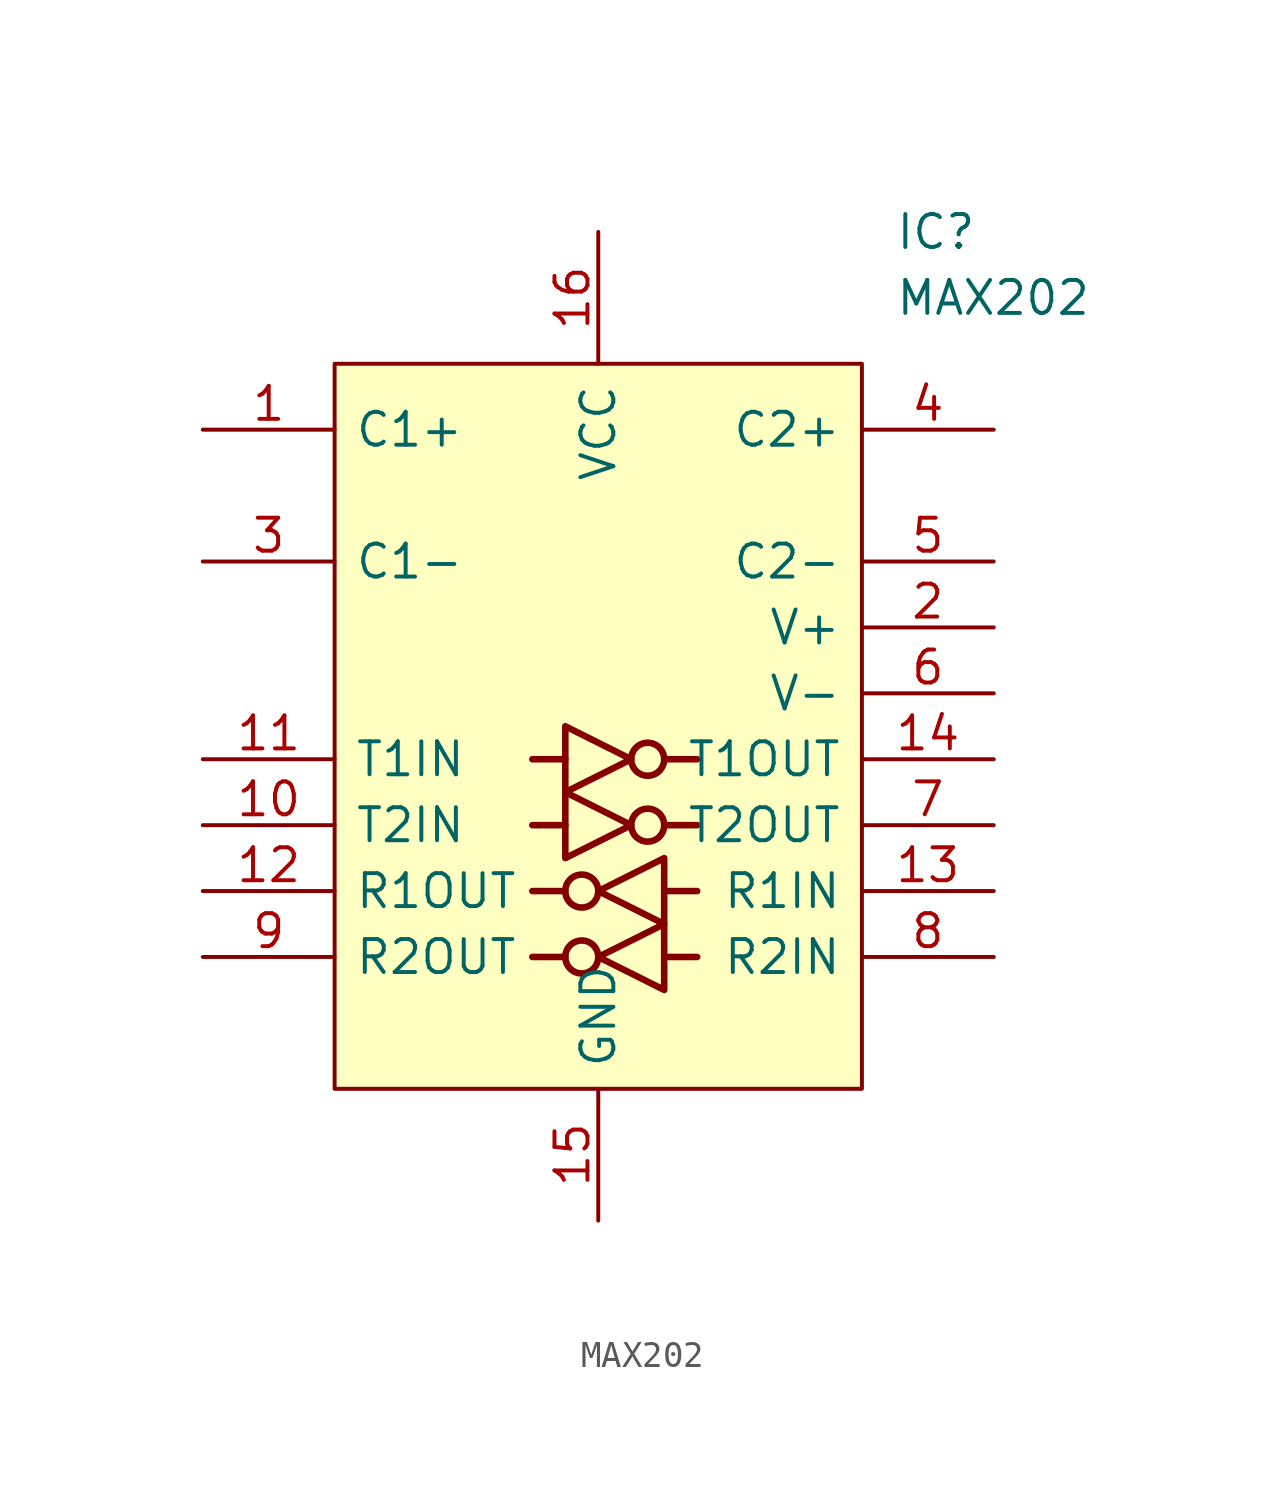
<source format=kicad_sym>
(kicad_symbol_lib
  (version 20211014)
  (generator kicad_symbol_editor)
  (symbol "MAX202"
    (pin_names
      (offset 0.762))
    (property "Reference" "IC"
      (at 26.67 7.62 0)
      (effects (font (size 1.27 1.27)) (justify left)))
    (property "Value" "MAX202"
      (at 26.67 5.08 0)
      (effects (font (size 1.27 1.27)) (justify left)))
    (property "DNP" ""
      (at 0 0 0)
      (effects (font (size 1.27 1.27))))
    (symbol "MAX202_0_0"
      (pin passive line (at 0 0 0) (length 5.08) (name "C1+" (effects (font (size 1.27 1.27)))) (number "1" (effects (font (size 1.27 1.27)))))
      (pin passive line (at 0 -15.24 0) (length 5.08) (name "T2IN" (effects (font (size 1.27 1.27)))) (number "10" (effects (font (size 1.27 1.27)))))
      (pin passive line (at 0 -12.7 0) (length 5.08) (name "T1IN" (effects (font (size 1.27 1.27)))) (number "11" (effects (font (size 1.27 1.27)))))
      (pin passive line (at 0 -17.78 0) (length 5.08) (name "R1OUT" (effects (font (size 1.27 1.27)))) (number "12" (effects (font (size 1.27 1.27)))))
      (pin passive line (at 30.48 -17.78 180) (length 5.08) (name "R1IN" (effects (font (size 1.27 1.27)))) (number "13" (effects (font (size 1.27 1.27)))))
      (pin passive line (at 30.48 -12.7 180) (length 5.08) (name "T1OUT" (effects (font (size 1.27 1.27)))) (number "14" (effects (font (size 1.27 1.27)))))
      (pin passive line (at 15.24 -30.48 90) (length 5.08) (name "GND" (effects (font (size 1.27 1.27)))) (number "15" (effects (font (size 1.27 1.27)))))
      (pin passive line (at 15.24 7.62 270) (length 5.08) (name "VCC" (effects (font (size 1.27 1.27)))) (number "16" (effects (font (size 1.27 1.27)))))
      (pin passive line (at 30.48 -7.62 180) (length 5.08) (name "V+" (effects (font (size 1.27 1.27)))) (number "2" (effects (font (size 1.27 1.27)))))
      (pin passive line (at 0 -5.08 0) (length 5.08) (name "C1-" (effects (font (size 1.27 1.27)))) (number "3" (effects (font (size 1.27 1.27)))))
      (pin passive line (at 30.48 0 180) (length 5.08) (name "C2+" (effects (font (size 1.27 1.27)))) (number "4" (effects (font (size 1.27 1.27)))))
      (pin passive line (at 30.48 -5.08 180) (length 5.08) (name "C2-" (effects (font (size 1.27 1.27)))) (number "5" (effects (font (size 1.27 1.27)))))
      (pin passive line (at 30.48 -10.16 180) (length 5.08) (name "V-" (effects (font (size 1.27 1.27)))) (number "6" (effects (font (size 1.27 1.27)))))
      (pin passive line (at 30.48 -15.24 180) (length 5.08) (name "T2OUT" (effects (font (size 1.27 1.27)))) (number "7" (effects (font (size 1.27 1.27)))))
      (pin passive line (at 30.48 -20.32 180) (length 5.08) (name "R2IN" (effects (font (size 1.27 1.27)))) (number "8" (effects (font (size 1.27 1.27)))))
      (pin passive line (at 0 -20.32 0) (length 5.08) (name "R2OUT" (effects (font (size 1.27 1.27)))) (number "9" (effects (font (size 1.27 1.27))))))
    (symbol "MAX202_0_1"
      (polyline (pts (xy 13.97 -20.32) (xy 12.7 -20.32)) (stroke (width 0.254) (type default) (color 0 0 0 0)) (fill (type none)))
      (polyline (pts (xy 13.97 -17.78) (xy 12.7 -17.78)) (stroke (width 0.254) (type default) (color 0 0 0 0)) (fill (type none)))
      (polyline (pts (xy 13.97 -15.24) (xy 12.7 -15.24)) (stroke (width 0.254) (type default) (color 0 0 0 0)) (fill (type none)))
      (polyline (pts (xy 13.97 -12.7) (xy 12.7 -12.7)) (stroke (width 0.254) (type default) (color 0 0 0 0)) (fill (type none)))
      (polyline (pts (xy 17.78 -20.32) (xy 19.05 -20.32)) (stroke (width 0.254) (type default) (color 0 0 0 0)) (fill (type none)))
      (polyline (pts (xy 17.78 -17.78) (xy 19.05 -17.78)) (stroke (width 0.254) (type default) (color 0 0 0 0)) (fill (type none)))
      (polyline (pts (xy 17.78 -15.24) (xy 19.05 -15.24)) (stroke (width 0.254) (type default) (color 0 0 0 0)) (fill (type none)))
      (polyline (pts (xy 17.78 -12.7) (xy 19.05 -12.7)) (stroke (width 0.254) (type default) (color 0 0 0 0)) (fill (type none)))
      (polyline (pts (xy 13.97 -13.97) (xy 13.97 -16.51) (xy 16.51 -15.24) (xy 13.97 -13.97)) (stroke (width 0.254) (type default) (color 0 0 0 0)) (fill (type none)))
      (polyline (pts (xy 13.97 -11.43) (xy 13.97 -13.97) (xy 16.51 -12.7) (xy 13.97 -11.43)) (stroke (width 0.254) (type default) (color 0 0 0 0)) (fill (type none)))
      (polyline (pts (xy 17.78 -21.59) (xy 17.78 -19.05) (xy 15.24 -20.32) (xy 17.78 -21.59)) (stroke (width 0.254) (type default) (color 0 0 0 0)) (fill (type none)))
      (polyline (pts (xy 17.78 -19.05) (xy 17.78 -16.51) (xy 15.24 -17.78) (xy 17.78 -19.05)) (stroke (width 0.254) (type default) (color 0 0 0 0)) (fill (type none)))
      (polyline (pts (xy 5.08 2.54) (xy 25.4 2.54) (xy 25.4 -25.4) (xy 5.08 -25.4) (xy 5.08 2.54)) (stroke (width 0.152) (type default) (color 0 0 0 0)) (fill (type background)))
      (circle (center 14.605 -20.32) (radius 0.635) (stroke (width 0.254) (type default) (color 0 0 0 0)) (fill (type none)))
      (circle (center 14.605 -17.78) (radius 0.635) (stroke (width 0.254) (type default) (color 0 0 0 0)) (fill (type none)))
      (circle (center 17.145 -15.24) (radius 0.635) (stroke (width 0.254) (type default) (color 0 0 0 0)) (fill (type none)))
      (circle (center 17.145 -12.7) (radius 0.635) (stroke (width 0.254) (type default) (color 0 0 0 0)) (fill (type none))))))
</source>
